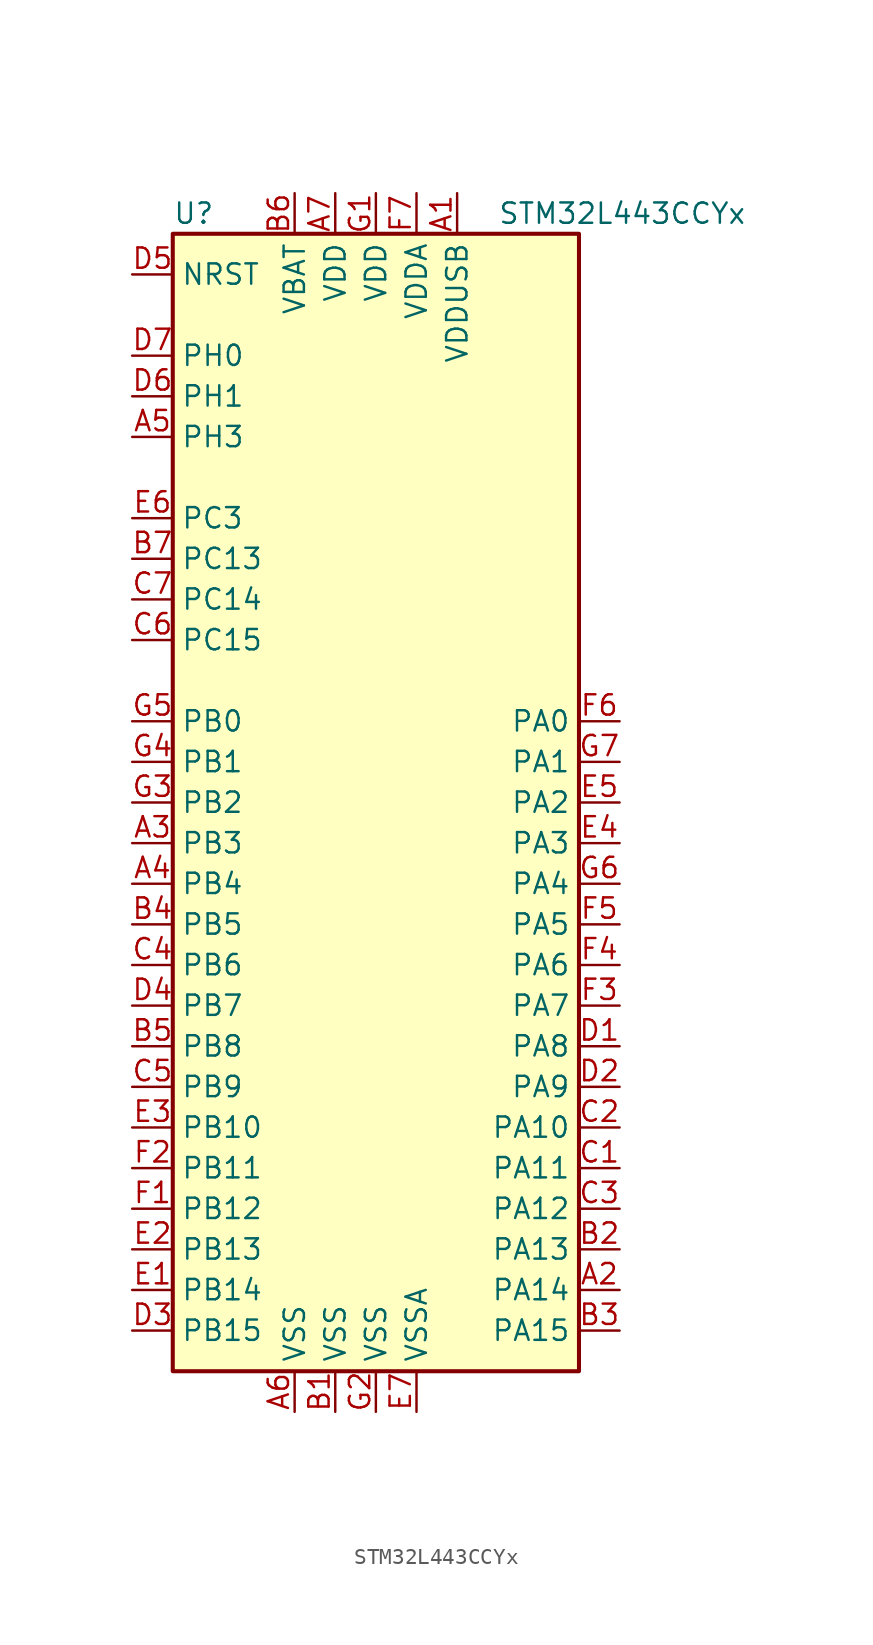
<source format=kicad_sym>
(kicad_symbol_lib
  (version 20201005)
  (generator kicad_symbol_editor)
  (symbol "MCU_ST_STM32L4:STM32L443CCYx"
    (property "Reference" "U"
      (at -12.7 36.83 0)
      (effects (font (size 1.27 1.27)) (justify left)))
    (property "Value" "STM32L443CCYx"
      (at 7.62 36.83 0)
      (effects (font (size 1.27 1.27)) (justify left)))
    (symbol "STM32L443CCYx_0_1"
      (rectangle (start -12.7 -35.56) (end 12.7 35.56) (stroke (width 0.254)) (fill (type background))))
    (symbol "STM32L443CCYx_1_1"
      (pin power_in line (at 5.08 38.1 270) (length 2.54) (name "VDDUSB" (effects (font (size 1.27 1.27)))) (number "A1" (effects (font (size 1.27 1.27)))))
      (pin bidirectional line (at 15.24 -30.48 180) (length 2.54) (name "PA14" (effects (font (size 1.27 1.27)))) (number "A2" (effects (font (size 1.27 1.27)))))
      (pin bidirectional line (at -15.24 -2.54 0) (length 2.54) (name "PB3" (effects (font (size 1.27 1.27)))) (number "A3" (effects (font (size 1.27 1.27)))))
      (pin bidirectional line (at -15.24 -5.08 0) (length 2.54) (name "PB4" (effects (font (size 1.27 1.27)))) (number "A4" (effects (font (size 1.27 1.27)))))
      (pin bidirectional line (at -15.24 22.86 0) (length 2.54) (name "PH3" (effects (font (size 1.27 1.27)))) (number "A5" (effects (font (size 1.27 1.27)))))
      (pin power_in line (at -5.08 -38.1 90) (length 2.54) (name "VSS" (effects (font (size 1.27 1.27)))) (number "A6" (effects (font (size 1.27 1.27)))))
      (pin power_in line (at -2.54 38.1 270) (length 2.54) (name "VDD" (effects (font (size 1.27 1.27)))) (number "A7" (effects (font (size 1.27 1.27)))))
      (pin power_in line (at -2.54 -38.1 90) (length 2.54) (name "VSS" (effects (font (size 1.27 1.27)))) (number "B1" (effects (font (size 1.27 1.27)))))
      (pin bidirectional line (at 15.24 -27.94 180) (length 2.54) (name "PA13" (effects (font (size 1.27 1.27)))) (number "B2" (effects (font (size 1.27 1.27)))))
      (pin bidirectional line (at 15.24 -33.02 180) (length 2.54) (name "PA15" (effects (font (size 1.27 1.27)))) (number "B3" (effects (font (size 1.27 1.27)))))
      (pin bidirectional line (at -15.24 -7.62 0) (length 2.54) (name "PB5" (effects (font (size 1.27 1.27)))) (number "B4" (effects (font (size 1.27 1.27)))))
      (pin bidirectional line (at -15.24 -15.24 0) (length 2.54) (name "PB8" (effects (font (size 1.27 1.27)))) (number "B5" (effects (font (size 1.27 1.27)))))
      (pin power_in line (at -5.08 38.1 270) (length 2.54) (name "VBAT" (effects (font (size 1.27 1.27)))) (number "B6" (effects (font (size 1.27 1.27)))))
      (pin bidirectional line (at -15.24 15.24 0) (length 2.54) (name "PC13" (effects (font (size 1.27 1.27)))) (number "B7" (effects (font (size 1.27 1.27)))))
      (pin bidirectional line (at 15.24 -22.86 180) (length 2.54) (name "PA11" (effects (font (size 1.27 1.27)))) (number "C1" (effects (font (size 1.27 1.27)))))
      (pin bidirectional line (at 15.24 -20.32 180) (length 2.54) (name "PA10" (effects (font (size 1.27 1.27)))) (number "C2" (effects (font (size 1.27 1.27)))))
      (pin bidirectional line (at 15.24 -25.4 180) (length 2.54) (name "PA12" (effects (font (size 1.27 1.27)))) (number "C3" (effects (font (size 1.27 1.27)))))
      (pin bidirectional line (at -15.24 -10.16 0) (length 2.54) (name "PB6" (effects (font (size 1.27 1.27)))) (number "C4" (effects (font (size 1.27 1.27)))))
      (pin bidirectional line (at -15.24 -17.78 0) (length 2.54) (name "PB9" (effects (font (size 1.27 1.27)))) (number "C5" (effects (font (size 1.27 1.27)))))
      (pin bidirectional line (at -15.24 10.16 0) (length 2.54) (name "PC15" (effects (font (size 1.27 1.27)))) (number "C6" (effects (font (size 1.27 1.27)))))
      (pin bidirectional line (at -15.24 12.7 0) (length 2.54) (name "PC14" (effects (font (size 1.27 1.27)))) (number "C7" (effects (font (size 1.27 1.27)))))
      (pin bidirectional line (at 15.24 -15.24 180) (length 2.54) (name "PA8" (effects (font (size 1.27 1.27)))) (number "D1" (effects (font (size 1.27 1.27)))))
      (pin bidirectional line (at 15.24 -17.78 180) (length 2.54) (name "PA9" (effects (font (size 1.27 1.27)))) (number "D2" (effects (font (size 1.27 1.27)))))
      (pin bidirectional line (at -15.24 -33.02 0) (length 2.54) (name "PB15" (effects (font (size 1.27 1.27)))) (number "D3" (effects (font (size 1.27 1.27)))))
      (pin bidirectional line (at -15.24 -12.7 0) (length 2.54) (name "PB7" (effects (font (size 1.27 1.27)))) (number "D4" (effects (font (size 1.27 1.27)))))
      (pin input line (at -15.24 33.02 0) (length 2.54) (name "NRST" (effects (font (size 1.27 1.27)))) (number "D5" (effects (font (size 1.27 1.27)))))
      (pin input line (at -15.24 25.4 0) (length 2.54) (name "PH1" (effects (font (size 1.27 1.27)))) (number "D6" (effects (font (size 1.27 1.27)))))
      (pin input line (at -15.24 27.94 0) (length 2.54) (name "PH0" (effects (font (size 1.27 1.27)))) (number "D7" (effects (font (size 1.27 1.27)))))
      (pin bidirectional line (at -15.24 -30.48 0) (length 2.54) (name "PB14" (effects (font (size 1.27 1.27)))) (number "E1" (effects (font (size 1.27 1.27)))))
      (pin bidirectional line (at -15.24 -27.94 0) (length 2.54) (name "PB13" (effects (font (size 1.27 1.27)))) (number "E2" (effects (font (size 1.27 1.27)))))
      (pin bidirectional line (at -15.24 -20.32 0) (length 2.54) (name "PB10" (effects (font (size 1.27 1.27)))) (number "E3" (effects (font (size 1.27 1.27)))))
      (pin bidirectional line (at 15.24 -2.54 180) (length 2.54) (name "PA3" (effects (font (size 1.27 1.27)))) (number "E4" (effects (font (size 1.27 1.27)))))
      (pin bidirectional line (at 15.24 0 180) (length 2.54) (name "PA2" (effects (font (size 1.27 1.27)))) (number "E5" (effects (font (size 1.27 1.27)))))
      (pin bidirectional line (at -15.24 17.78 0) (length 2.54) (name "PC3" (effects (font (size 1.27 1.27)))) (number "E6" (effects (font (size 1.27 1.27)))))
      (pin power_in line (at 2.54 -38.1 90) (length 2.54) (name "VSSA" (effects (font (size 1.27 1.27)))) (number "E7" (effects (font (size 1.27 1.27)))))
      (pin bidirectional line (at -15.24 -25.4 0) (length 2.54) (name "PB12" (effects (font (size 1.27 1.27)))) (number "F1" (effects (font (size 1.27 1.27)))))
      (pin bidirectional line (at -15.24 -22.86 0) (length 2.54) (name "PB11" (effects (font (size 1.27 1.27)))) (number "F2" (effects (font (size 1.27 1.27)))))
      (pin bidirectional line (at 15.24 -12.7 180) (length 2.54) (name "PA7" (effects (font (size 1.27 1.27)))) (number "F3" (effects (font (size 1.27 1.27)))))
      (pin bidirectional line (at 15.24 -10.16 180) (length 2.54) (name "PA6" (effects (font (size 1.27 1.27)))) (number "F4" (effects (font (size 1.27 1.27)))))
      (pin bidirectional line (at 15.24 -7.62 180) (length 2.54) (name "PA5" (effects (font (size 1.27 1.27)))) (number "F5" (effects (font (size 1.27 1.27)))))
      (pin bidirectional line (at 15.24 5.08 180) (length 2.54) (name "PA0" (effects (font (size 1.27 1.27)))) (number "F6" (effects (font (size 1.27 1.27)))))
      (pin power_in line (at 2.54 38.1 270) (length 2.54) (name "VDDA" (effects (font (size 1.27 1.27)))) (number "F7" (effects (font (size 1.27 1.27)))))
      (pin power_in line (at 0 38.1 270) (length 2.54) (name "VDD" (effects (font (size 1.27 1.27)))) (number "G1" (effects (font (size 1.27 1.27)))))
      (pin power_in line (at 0 -38.1 90) (length 2.54) (name "VSS" (effects (font (size 1.27 1.27)))) (number "G2" (effects (font (size 1.27 1.27)))))
      (pin bidirectional line (at -15.24 0 0) (length 2.54) (name "PB2" (effects (font (size 1.27 1.27)))) (number "G3" (effects (font (size 1.27 1.27)))))
      (pin bidirectional line (at -15.24 2.54 0) (length 2.54) (name "PB1" (effects (font (size 1.27 1.27)))) (number "G4" (effects (font (size 1.27 1.27)))))
      (pin bidirectional line (at -15.24 5.08 0) (length 2.54) (name "PB0" (effects (font (size 1.27 1.27)))) (number "G5" (effects (font (size 1.27 1.27)))))
      (pin bidirectional line (at 15.24 -5.08 180) (length 2.54) (name "PA4" (effects (font (size 1.27 1.27)))) (number "G6" (effects (font (size 1.27 1.27)))))
      (pin bidirectional line (at 15.24 2.54 180) (length 2.54) (name "PA1" (effects (font (size 1.27 1.27)))) (number "G7" (effects (font (size 1.27 1.27))))))))
</source>
